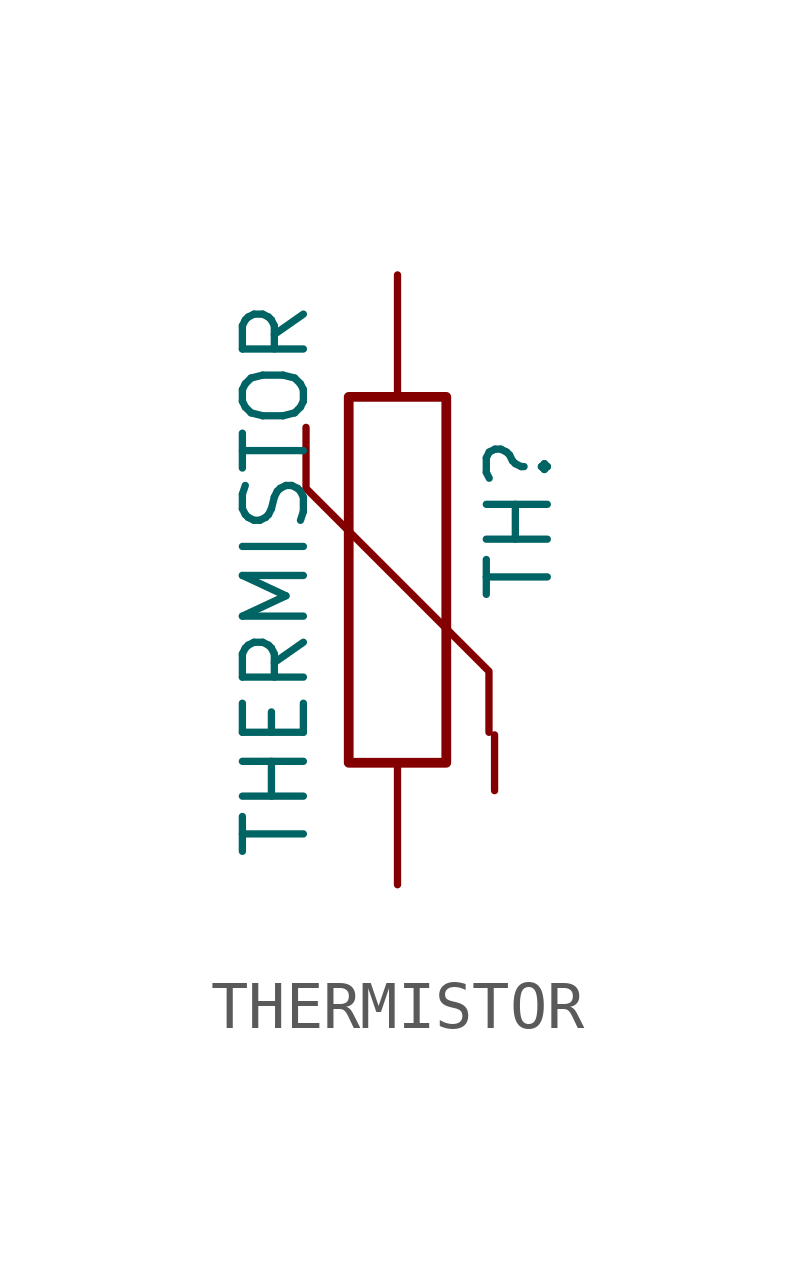
<source format=kicad_sym>
(kicad_symbol_lib
  (version 20220914)
  (generator kicad_symbol_editor)
  (symbol "THERMISTOR"
    (pin_numbers hide)
    (pin_names
      (offset 0))
    (property "Reference" "TH"
      (at 2.54 1.27 90)
      (effects (font (size 1.27 1.27))))
    (property "Value" "THERMISTOR"
      (at -2.54 0 90)
      (effects (font (size 1.27 1.27))))
    (symbol "THERMISTOR_0_1"
      (rectangle (start -1.016 3.81) (end 1.016 -3.81) (stroke (width 0.203) (type solid)) (fill (type none)))
      (polyline (pts (xy -1.905 3.175) (xy -1.905 1.905) (xy 1.905 -1.905) (xy 1.905 -3.175) (xy 1.905 -3.175)) (stroke (width 0) (type solid)) (fill (type none)))
      (text "-" (at 1.905 -3.81 900) (effects (font (size 1.524 1.524)))))
    (symbol "THERMISTOR_1_1"
      (pin passive line (at 0 6.35 270) (length 2.54) (name "~" (effects (font (size 1.524 1.524)))) (number "1" (effects (font (size 1.524 1.524)))))
      (pin passive line (at 0 -6.35 90) (length 2.54) (name "~" (effects (font (size 1.524 1.524)))) (number "2" (effects (font (size 1.524 1.524))))))))
</source>
